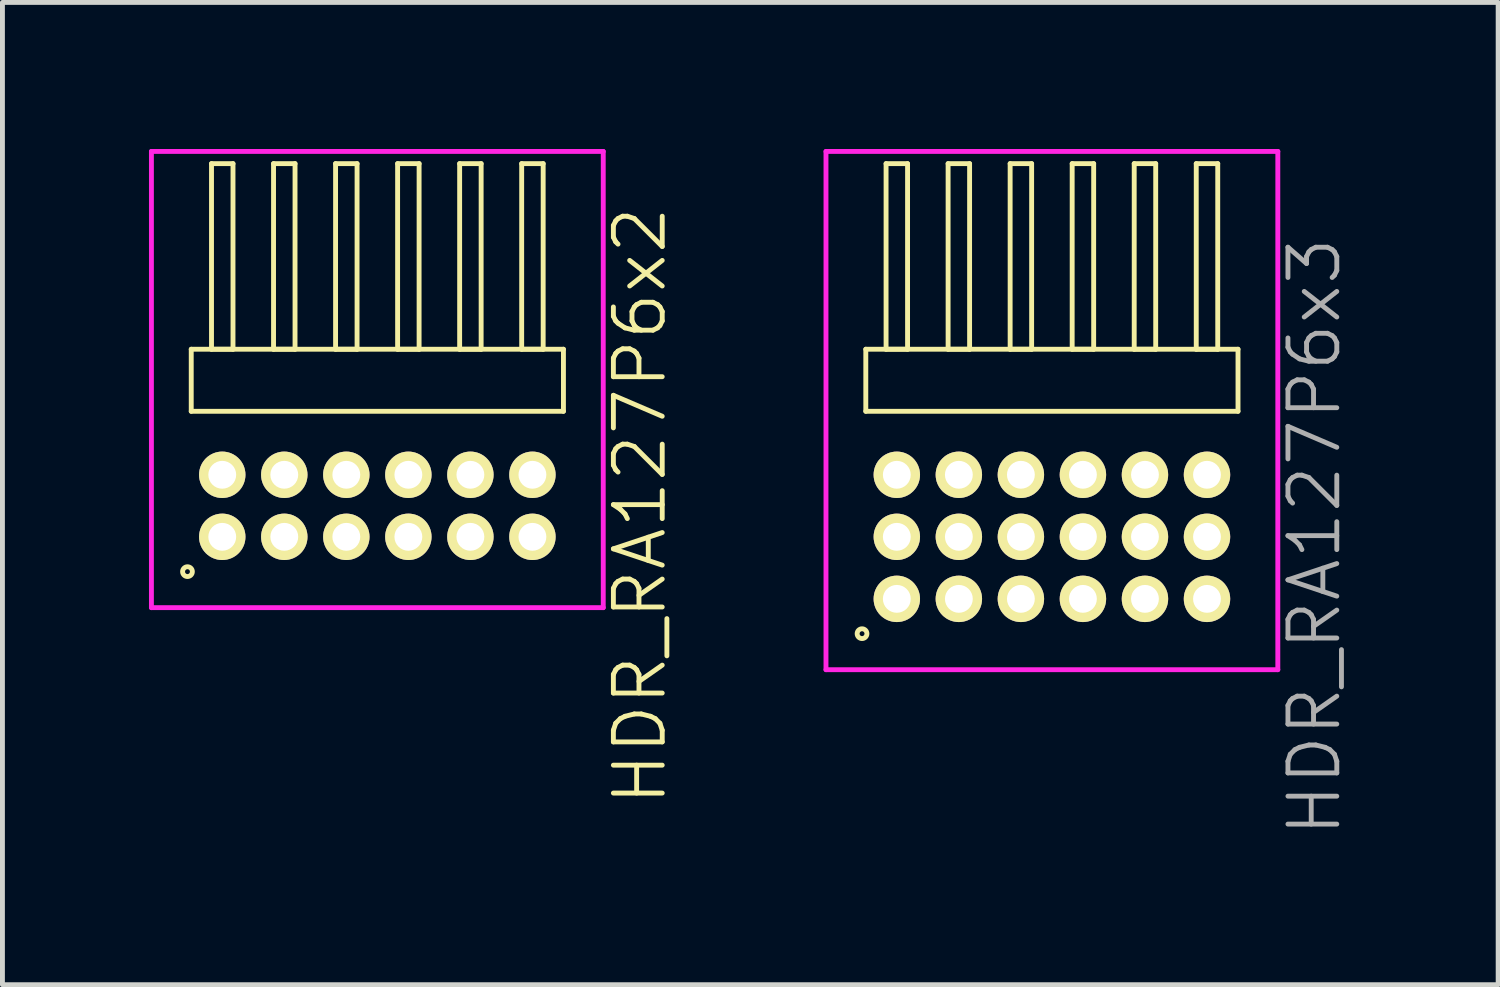
<source format=kicad_pcb>
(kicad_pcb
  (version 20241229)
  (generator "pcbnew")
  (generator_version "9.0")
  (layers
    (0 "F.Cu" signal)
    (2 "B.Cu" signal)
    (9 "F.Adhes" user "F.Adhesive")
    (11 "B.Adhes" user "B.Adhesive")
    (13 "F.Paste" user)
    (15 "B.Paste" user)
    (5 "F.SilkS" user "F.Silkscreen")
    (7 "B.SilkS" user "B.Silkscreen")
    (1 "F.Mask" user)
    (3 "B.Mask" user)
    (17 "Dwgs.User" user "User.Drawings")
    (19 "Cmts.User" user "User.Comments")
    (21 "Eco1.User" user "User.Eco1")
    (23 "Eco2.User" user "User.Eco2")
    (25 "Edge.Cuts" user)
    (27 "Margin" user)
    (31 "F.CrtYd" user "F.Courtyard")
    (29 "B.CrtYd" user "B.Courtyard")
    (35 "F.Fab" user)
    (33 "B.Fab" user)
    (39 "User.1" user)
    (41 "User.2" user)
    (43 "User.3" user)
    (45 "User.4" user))
  (footprint "HDR_RA127P6x2"
    (layer "F.Cu")
    (at 4.675 7.305)
    (property "Reference" "HDR_RA127P6x2" (at 5.375 0 90) (layer "F.SilkS") (effects (font (size 1 1) (thickness 0.1))))
    (attr through_hole)
    (fp_line (start -3.81 -3.205) (end -3.81 -1.935) (stroke (width 0.1) (type solid)) (layer "F.SilkS"))
    (fp_line (start -3.81 -1.935) (end 3.81 -1.935) (stroke (width 0.1) (type solid)) (layer "F.SilkS"))
    (fp_line (start -3.395 -7.005) (end -3.395 -3.205) (stroke (width 0.1) (type solid)) (layer "F.SilkS"))
    (fp_line (start -3.395 -3.205) (end -2.955 -3.205) (stroke (width 0.1) (type solid)) (layer "F.SilkS"))
    (fp_line (start -2.955 -7.005) (end -3.395 -7.005) (stroke (width 0.1) (type solid)) (layer "F.SilkS"))
    (fp_line (start -2.955 -3.205) (end -2.955 -7.005) (stroke (width 0.1) (type solid)) (layer "F.SilkS"))
    (fp_line (start -2.125 -7.005) (end -2.125 -3.205) (stroke (width 0.1) (type solid)) (layer "F.SilkS"))
    (fp_line (start -2.125 -3.205) (end -1.685 -3.205) (stroke (width 0.1) (type solid)) (layer "F.SilkS"))
    (fp_line (start -1.685 -7.005) (end -2.125 -7.005) (stroke (width 0.1) (type solid)) (layer "F.SilkS"))
    (fp_line (start -1.685 -3.205) (end -1.685 -7.005) (stroke (width 0.1) (type solid)) (layer "F.SilkS"))
    (fp_line (start -0.855 -7.005) (end -0.855 -3.205) (stroke (width 0.1) (type solid)) (layer "F.SilkS"))
    (fp_line (start -0.855 -3.205) (end -0.415 -3.205) (stroke (width 0.1) (type solid)) (layer "F.SilkS"))
    (fp_line (start -0.415 -7.005) (end -0.855 -7.005) (stroke (width 0.1) (type solid)) (layer "F.SilkS"))
    (fp_line (start -0.415 -3.205) (end -0.415 -7.005) (stroke (width 0.1) (type solid)) (layer "F.SilkS"))
    (fp_line (start 0.415 -7.005) (end 0.415 -3.205) (stroke (width 0.1) (type solid)) (layer "F.SilkS"))
    (fp_line (start 0.415 -3.205) (end 0.855 -3.205) (stroke (width 0.1) (type solid)) (layer "F.SilkS"))
    (fp_line (start 0.855 -7.005) (end 0.415 -7.005) (stroke (width 0.1) (type solid)) (layer "F.SilkS"))
    (fp_line (start 0.855 -3.205) (end 0.855 -7.005) (stroke (width 0.1) (type solid)) (layer "F.SilkS"))
    (fp_line (start 1.685 -7.005) (end 1.685 -3.205) (stroke (width 0.1) (type solid)) (layer "F.SilkS"))
    (fp_line (start 1.685 -3.205) (end 2.125 -3.205) (stroke (width 0.1) (type solid)) (layer "F.SilkS"))
    (fp_line (start 2.125 -7.005) (end 1.685 -7.005) (stroke (width 0.1) (type solid)) (layer "F.SilkS"))
    (fp_line (start 2.125 -3.205) (end 2.125 -7.005) (stroke (width 0.1) (type solid)) (layer "F.SilkS"))
    (fp_line (start 2.955 -7.005) (end 2.955 -3.205) (stroke (width 0.1) (type solid)) (layer "F.SilkS"))
    (fp_line (start 2.955 -3.205) (end 3.395 -3.205) (stroke (width 0.1) (type solid)) (layer "F.SilkS"))
    (fp_line (start 3.395 -7.005) (end 2.955 -7.005) (stroke (width 0.1) (type solid)) (layer "F.SilkS"))
    (fp_line (start 3.395 -3.205) (end 3.395 -7.005) (stroke (width 0.1) (type solid)) (layer "F.SilkS"))
    (fp_line (start 3.81 -3.205) (end -3.81 -3.205) (stroke (width 0.1) (type solid)) (layer "F.SilkS"))
    (fp_line (start 3.81 -1.935) (end 3.81 -3.205) (stroke (width 0.1) (type solid)) (layer "F.SilkS"))
    (fp_circle (center -3.887 1.348) (end -3.787 1.348) (stroke (width 0.1) (type solid)) (fill no) (layer "F.SilkS"))
    (fp_line (start -4.625 -7.255) (end -4.625 2.085) (stroke (width 0.1) (type solid)) (layer "F.CrtYd"))
    (fp_line (start -4.625 2.085) (end 4.625 2.085) (stroke (width 0.1) (type solid)) (layer "F.CrtYd"))
    (fp_line (start 4.625 -7.255) (end -4.625 -7.255) (stroke (width 0.1) (type solid)) (layer "F.CrtYd"))
    (fp_line (start 4.625 2.085) (end 4.625 -7.255) (stroke (width 0.1) (type solid)) (layer "F.CrtYd"))
    (pad "1" thru_hole oval (at -3.175 0.635) (size 0.95 0.95) (drill 0.57) (layers "*.Cu" "*.Mask" "F.SilkS"))
    (pad "2" thru_hole oval (at -3.175 -0.635) (size 0.95 0.95) (drill 0.57) (layers "*.Cu" "*.Mask" "F.SilkS"))
    (pad "3" thru_hole oval (at -1.905 0.635) (size 0.95 0.95) (drill 0.57) (layers "*.Cu" "*.Mask" "F.SilkS"))
    (pad "4" thru_hole oval (at -1.905 -0.635) (size 0.95 0.95) (drill 0.57) (layers "*.Cu" "*.Mask" "F.SilkS"))
    (pad "5" thru_hole oval (at -0.635 0.635) (size 0.95 0.95) (drill 0.57) (layers "*.Cu" "*.Mask" "F.SilkS"))
    (pad "6" thru_hole oval (at -0.635 -0.635) (size 0.95 0.95) (drill 0.57) (layers "*.Cu" "*.Mask" "F.SilkS"))
    (pad "7" thru_hole oval (at 0.635 0.635) (size 0.95 0.95) (drill 0.57) (layers "*.Cu" "*.Mask" "F.SilkS"))
    (pad "8" thru_hole oval (at 0.635 -0.635) (size 0.95 0.95) (drill 0.57) (layers "*.Cu" "*.Mask" "F.SilkS"))
    (pad "9" thru_hole oval (at 1.905 0.635) (size 0.95 0.95) (drill 0.57) (layers "*.Cu" "*.Mask" "F.SilkS"))
    (pad "10" thru_hole oval (at 1.905 -0.635) (size 0.95 0.95) (drill 0.57) (layers "*.Cu" "*.Mask" "F.SilkS"))
    (pad "11" thru_hole oval (at 3.175 0.635) (size 0.95 0.95) (drill 0.57) (layers "*.Cu" "*.Mask" "F.SilkS"))
    (pad "12" thru_hole oval (at 3.175 -0.635) (size 0.95 0.95) (drill 0.57) (layers "*.Cu" "*.Mask" "F.SilkS")))
  (footprint "HDR_RA127P6x3"
    (layer "F.Cu")
    (at 18.485 7.94)
    (property "Reference" "HDR_RA127P6x3" (at 5.375 0 90) (layer "F.Fab") (effects (font (size 1 1) (thickness 0.1))))
    (attr through_hole)
    (fp_line (start -3.81 -3.84) (end -3.81 -2.57) (stroke (width 0.1) (type solid)) (layer "F.SilkS"))
    (fp_line (start -3.81 -2.57) (end 3.81 -2.57) (stroke (width 0.1) (type solid)) (layer "F.SilkS"))
    (fp_line (start -3.395 -7.64) (end -3.395 -3.84) (stroke (width 0.1) (type solid)) (layer "F.SilkS"))
    (fp_line (start -3.395 -3.84) (end -2.955 -3.84) (stroke (width 0.1) (type solid)) (layer "F.SilkS"))
    (fp_line (start -2.955 -7.64) (end -3.395 -7.64) (stroke (width 0.1) (type solid)) (layer "F.SilkS"))
    (fp_line (start -2.955 -3.84) (end -2.955 -7.64) (stroke (width 0.1) (type solid)) (layer "F.SilkS"))
    (fp_line (start -2.125 -7.64) (end -2.125 -3.84) (stroke (width 0.1) (type solid)) (layer "F.SilkS"))
    (fp_line (start -2.125 -3.84) (end -1.685 -3.84) (stroke (width 0.1) (type solid)) (layer "F.SilkS"))
    (fp_line (start -1.685 -7.64) (end -2.125 -7.64) (stroke (width 0.1) (type solid)) (layer "F.SilkS"))
    (fp_line (start -1.685 -3.84) (end -1.685 -7.64) (stroke (width 0.1) (type solid)) (layer "F.SilkS"))
    (fp_line (start -0.855 -7.64) (end -0.855 -3.84) (stroke (width 0.1) (type solid)) (layer "F.SilkS"))
    (fp_line (start -0.855 -3.84) (end -0.415 -3.84) (stroke (width 0.1) (type solid)) (layer "F.SilkS"))
    (fp_line (start -0.415 -7.64) (end -0.855 -7.64) (stroke (width 0.1) (type solid)) (layer "F.SilkS"))
    (fp_line (start -0.415 -3.84) (end -0.415 -7.64) (stroke (width 0.1) (type solid)) (layer "F.SilkS"))
    (fp_line (start 0.415 -7.64) (end 0.415 -3.84) (stroke (width 0.1) (type solid)) (layer "F.SilkS"))
    (fp_line (start 0.415 -3.84) (end 0.855 -3.84) (stroke (width 0.1) (type solid)) (layer "F.SilkS"))
    (fp_line (start 0.855 -7.64) (end 0.415 -7.64) (stroke (width 0.1) (type solid)) (layer "F.SilkS"))
    (fp_line (start 0.855 -3.84) (end 0.855 -7.64) (stroke (width 0.1) (type solid)) (layer "F.SilkS"))
    (fp_line (start 1.685 -7.64) (end 1.685 -3.84) (stroke (width 0.1) (type solid)) (layer "F.SilkS"))
    (fp_line (start 1.685 -3.84) (end 2.125 -3.84) (stroke (width 0.1) (type solid)) (layer "F.SilkS"))
    (fp_line (start 2.125 -7.64) (end 1.685 -7.64) (stroke (width 0.1) (type solid)) (layer "F.SilkS"))
    (fp_line (start 2.125 -3.84) (end 2.125 -7.64) (stroke (width 0.1) (type solid)) (layer "F.SilkS"))
    (fp_line (start 2.955 -7.64) (end 2.955 -3.84) (stroke (width 0.1) (type solid)) (layer "F.SilkS"))
    (fp_line (start 2.955 -3.84) (end 3.395 -3.84) (stroke (width 0.1) (type solid)) (layer "F.SilkS"))
    (fp_line (start 3.395 -7.64) (end 2.955 -7.64) (stroke (width 0.1) (type solid)) (layer "F.SilkS"))
    (fp_line (start 3.395 -3.84) (end 3.395 -7.64) (stroke (width 0.1) (type solid)) (layer "F.SilkS"))
    (fp_line (start 3.81 -3.84) (end -3.81 -3.84) (stroke (width 0.1) (type solid)) (layer "F.SilkS"))
    (fp_line (start 3.81 -2.57) (end 3.81 -3.84) (stroke (width 0.1) (type solid)) (layer "F.SilkS"))
    (fp_circle (center -3.887 1.983) (end -3.787 1.983) (stroke (width 0.1) (type solid)) (fill no) (layer "F.SilkS"))
    (fp_line (start -4.625 -7.89) (end -4.625 2.72) (stroke (width 0.1) (type solid)) (layer "F.CrtYd"))
    (fp_line (start -4.625 2.72) (end 4.625 2.72) (stroke (width 0.1) (type solid)) (layer "F.CrtYd"))
    (fp_line (start 4.625 -7.89) (end -4.625 -7.89) (stroke (width 0.1) (type solid)) (layer "F.CrtYd"))
    (fp_line (start 4.625 2.72) (end 4.625 -7.89) (stroke (width 0.1) (type solid)) (layer "F.CrtYd"))
    (pad "1" thru_hole oval (at -3.175 1.27) (size 0.95 0.95) (drill 0.57) (layers "*.Cu" "*.Mask" "F.SilkS"))
    (pad "2" thru_hole oval (at -3.175 0) (size 0.95 0.95) (drill 0.57) (layers "*.Cu" "*.Mask" "F.SilkS"))
    (pad "3" thru_hole oval (at -3.175 -1.27) (size 0.95 0.95) (drill 0.57) (layers "*.Cu" "*.Mask" "F.SilkS"))
    (pad "4" thru_hole oval (at -1.905 1.27) (size 0.95 0.95) (drill 0.57) (layers "*.Cu" "*.Mask" "F.SilkS"))
    (pad "5" thru_hole oval (at -1.905 0) (size 0.95 0.95) (drill 0.57) (layers "*.Cu" "*.Mask" "F.SilkS"))
    (pad "6" thru_hole oval (at -1.905 -1.27) (size 0.95 0.95) (drill 0.57) (layers "*.Cu" "*.Mask" "F.SilkS"))
    (pad "7" thru_hole oval (at -0.635 1.27) (size 0.95 0.95) (drill 0.57) (layers "*.Cu" "*.Mask" "F.SilkS"))
    (pad "8" thru_hole oval (at -0.635 0) (size 0.95 0.95) (drill 0.57) (layers "*.Cu" "*.Mask" "F.SilkS"))
    (pad "9" thru_hole oval (at -0.635 -1.27) (size 0.95 0.95) (drill 0.57) (layers "*.Cu" "*.Mask" "F.SilkS"))
    (pad "10" thru_hole oval (at 0.635 1.27) (size 0.95 0.95) (drill 0.57) (layers "*.Cu" "*.Mask" "F.SilkS"))
    (pad "11" thru_hole oval (at 0.635 0) (size 0.95 0.95) (drill 0.57) (layers "*.Cu" "*.Mask" "F.SilkS"))
    (pad "12" thru_hole oval (at 0.635 -1.27) (size 0.95 0.95) (drill 0.57) (layers "*.Cu" "*.Mask" "F.SilkS"))
    (pad "13" thru_hole oval (at 1.905 1.27) (size 0.95 0.95) (drill 0.57) (layers "*.Cu" "*.Mask" "F.SilkS"))
    (pad "14" thru_hole oval (at 1.905 0) (size 0.95 0.95) (drill 0.57) (layers "*.Cu" "*.Mask" "F.SilkS"))
    (pad "15" thru_hole oval (at 1.905 -1.27) (size 0.95 0.95) (drill 0.57) (layers "*.Cu" "*.Mask" "F.SilkS"))
    (pad "16" thru_hole oval (at 3.175 1.27) (size 0.95 0.95) (drill 0.57) (layers "*.Cu" "*.Mask" "F.SilkS"))
    (pad "17" thru_hole oval (at 3.175 0) (size 0.95 0.95) (drill 0.57) (layers "*.Cu" "*.Mask" "F.SilkS"))
    (pad "18" thru_hole oval (at 3.175 -1.27) (size 0.95 0.95) (drill 0.57) (layers "*.Cu" "*.Mask" "F.SilkS")))
  (gr_rect
    (start -3 -3)
    (end 27.621 17.109)
    (stroke (width 0.1) (type default))
    (fill no)
    (layer "Edge.Cuts")))
</source>
